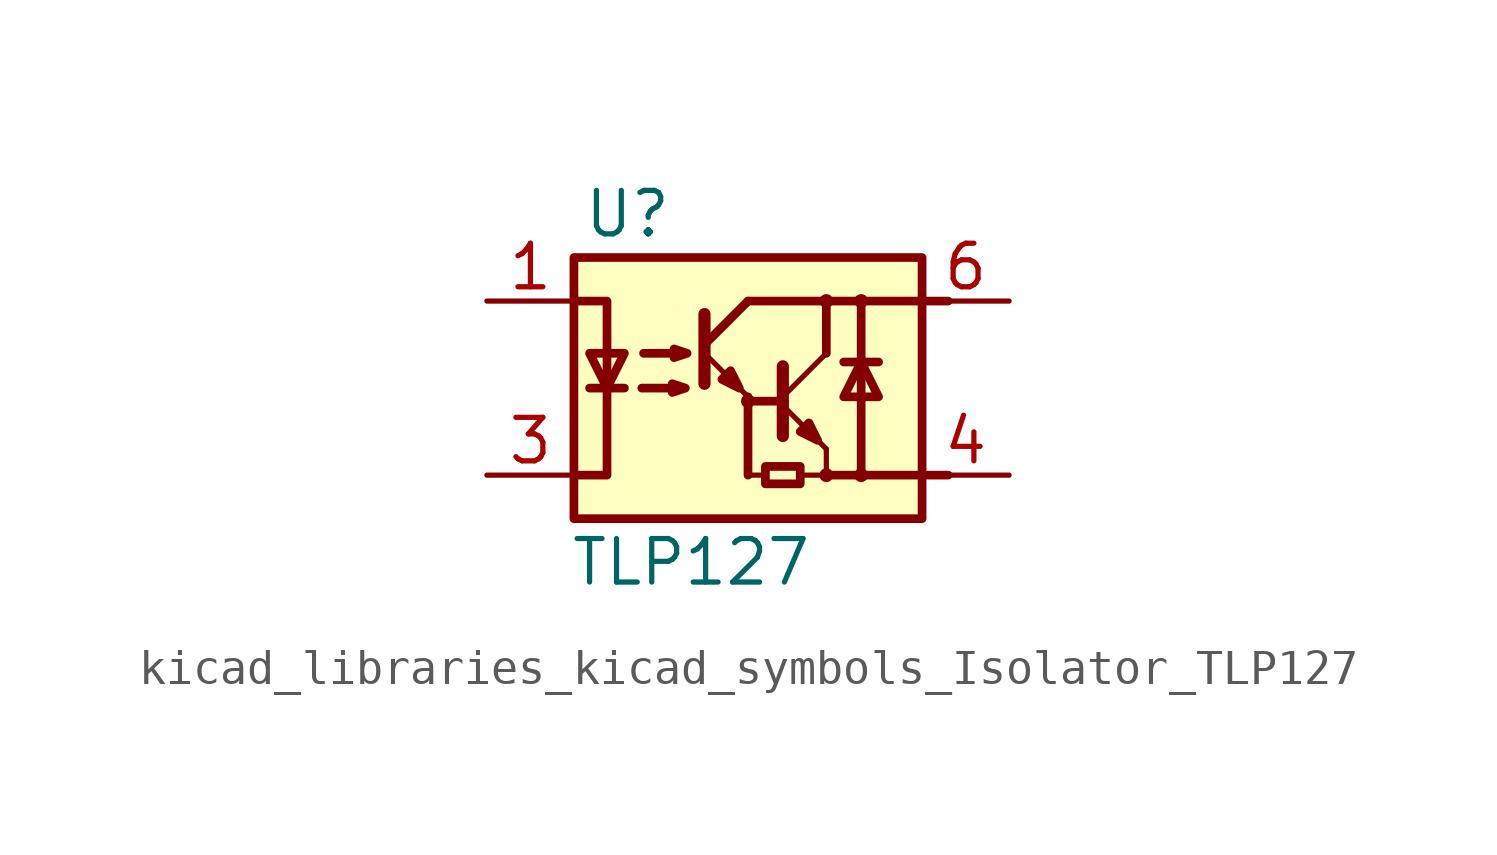
<source format=kicad_sym>
(kicad_symbol_lib
  (version 20220914)
  (generator kicad_symbol_editor)
  (symbol "kicad_libraries_kicad_symbols_Isolator_TLP127"
    (pin_names
      (offset 1.016))
    (property "Reference" "U"
      (at -4.826 5.08 0)
      (effects (font (size 1.27 1.27)) (justify left)))
    (property "Value" "TLP127"
      (at -5.207 -5.08 0)
      (effects (font (size 1.27 1.27)) (justify left)))
    (symbol "kicad_libraries_kicad_symbols_Isolator_TLP127_0_1"
      (rectangle (start -5.08 3.81) (end 5.08 -3.81) (stroke (width 0.254) (type default)) (fill (type background)))
      (rectangle (start 0 -2.54) (end 0.508 -2.54) (stroke (width 0) (type default)) (fill (type none)))
      (circle (center 0 -0.381) (radius 0.127) (stroke (width 0) (type default)) (fill (type none)))
      (rectangle (start 0 -0.254) (end 0 -2.54) (stroke (width 0.254) (type default)) (fill (type none)))
      (polyline (pts (xy -4.623 0) (xy -3.607 0)) (stroke (width 0.254) (type default)) (fill (type none)))
      (polyline (pts (xy -1.27 1.016) (xy 0 -0.254)) (stroke (width 0) (type default)) (fill (type none)))
      (polyline (pts (xy -1.27 1.27) (xy 0 2.54)) (stroke (width 0.254) (type default)) (fill (type none)))
      (polyline (pts (xy -1.27 2.159) (xy -1.27 0.127)) (stroke (width 0.356) (type default)) (fill (type none)))
      (polyline (pts (xy 0 2.54) (xy 5.842 2.54)) (stroke (width 0.254) (type default)) (fill (type none)))
      (polyline (pts (xy 1.016 -0.508) (xy 2.286 -1.778)) (stroke (width 0) (type default)) (fill (type none)))
      (polyline (pts (xy 1.016 -0.381) (xy 0 -0.381)) (stroke (width 0.254) (type default)) (fill (type none)))
      (polyline (pts (xy 1.016 -0.254) (xy 2.286 1.016)) (stroke (width 0) (type default)) (fill (type none)))
      (polyline (pts (xy 2.286 -2.54) (xy 5.842 -2.54)) (stroke (width 0.254) (type default)) (fill (type none)))
      (polyline (pts (xy 2.286 -1.778) (xy 2.286 -2.54)) (stroke (width 0) (type default)) (fill (type none)))
      (polyline (pts (xy 2.286 1.016) (xy 2.286 2.54)) (stroke (width 0.254) (type default)) (fill (type none)))
      (polyline (pts (xy 2.794 0.762) (xy 3.81 0.762)) (stroke (width 0.254) (type default)) (fill (type none)))
      (polyline (pts (xy 3.302 -2.54) (xy 3.302 2.54)) (stroke (width 0.254) (type default)) (fill (type none)))
      (polyline (pts (xy 3.302 0.635) (xy 3.302 2.54)) (stroke (width 0) (type default)) (fill (type none)))
      (polyline (pts (xy 1.016 0.635) (xy 1.016 -1.397) (xy 1.016 -1.397)) (stroke (width 0.356) (type default)) (fill (type none)))
      (polyline (pts (xy -5.08 2.54) (xy -4.115 2.54) (xy -4.115 -2.54) (xy -5.08 -2.54)) (stroke (width 0.254) (type default)) (fill (type none)))
      (polyline (pts (xy -4.115 0) (xy -3.607 1.016) (xy -4.623 1.016) (xy -4.115 0)) (stroke (width 0.254) (type default)) (fill (type none)))
      (polyline (pts (xy -0.254 0) (xy -0.508 0.508) (xy -0.762 0.254) (xy -0.254 0)) (stroke (width 0.254) (type default)) (fill (type none)))
      (polyline (pts (xy 2.032 -1.524) (xy 1.778 -1.016) (xy 1.524 -1.27) (xy 2.032 -1.524)) (stroke (width 0.254) (type default)) (fill (type none)))
      (polyline (pts (xy 3.302 0.762) (xy 2.794 -0.254) (xy 3.81 -0.254) (xy 3.302 0.762)) (stroke (width 0.254) (type default)) (fill (type none)))
      (polyline (pts (xy -3.099 0) (xy -1.829 0) (xy -2.21 -0.127) (xy -2.21 0.127) (xy -1.829 0)) (stroke (width 0.254) (type default)) (fill (type none)))
      (polyline (pts (xy -3.048 1.016) (xy -1.778 1.016) (xy -2.159 0.889) (xy -2.159 1.143) (xy -1.778 1.016)) (stroke (width 0.254) (type default)) (fill (type none)))
      (rectangle (start 0.508 -2.286) (end 1.524 -2.794) (stroke (width 0.254) (type default)) (fill (type none)))
      (rectangle (start 1.524 -2.54) (end 2.286 -2.54) (stroke (width 0) (type default)) (fill (type none)))
      (circle (center 2.286 -2.54) (radius 0.127) (stroke (width 0) (type default)) (fill (type none)))
      (circle (center 2.286 2.54) (radius 0.127) (stroke (width 0) (type default)) (fill (type none)))
      (circle (center 3.302 -2.54) (radius 0.127) (stroke (width 0) (type default)) (fill (type none)))
      (circle (center 3.302 2.54) (radius 0.127) (stroke (width 0) (type default)) (fill (type none))))
    (symbol "kicad_libraries_kicad_symbols_Isolator_TLP127_1_1"
      (pin passive line (at -7.62 2.54 0) (length 2.54) (name "~" (effects (font (size 1.27 1.27)))) (number "1" (effects (font (size 1.27 1.27)))))
      (pin passive line (at -7.62 -2.54 0) (length 2.54) (name "~" (effects (font (size 1.27 1.27)))) (number "3" (effects (font (size 1.27 1.27)))))
      (pin passive line (at 7.62 -2.54 180) (length 2.54) (name "~" (effects (font (size 1.27 1.27)))) (number "4" (effects (font (size 1.27 1.27)))))
      (pin open_collector line (at 7.62 2.54 180) (length 2.54) (name "~" (effects (font (size 1.27 1.27)))) (number "6" (effects (font (size 1.27 1.27))))))))
</source>
